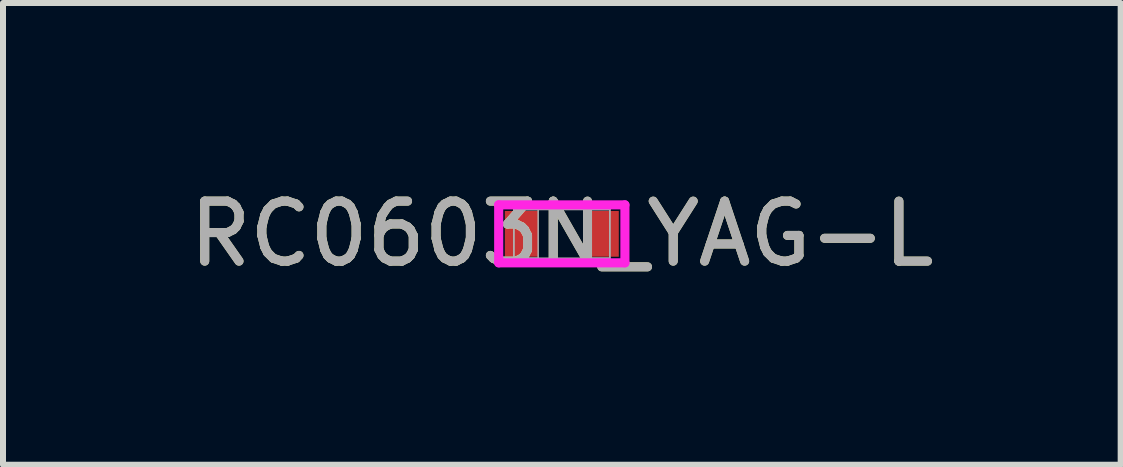
<source format=kicad_pcb>
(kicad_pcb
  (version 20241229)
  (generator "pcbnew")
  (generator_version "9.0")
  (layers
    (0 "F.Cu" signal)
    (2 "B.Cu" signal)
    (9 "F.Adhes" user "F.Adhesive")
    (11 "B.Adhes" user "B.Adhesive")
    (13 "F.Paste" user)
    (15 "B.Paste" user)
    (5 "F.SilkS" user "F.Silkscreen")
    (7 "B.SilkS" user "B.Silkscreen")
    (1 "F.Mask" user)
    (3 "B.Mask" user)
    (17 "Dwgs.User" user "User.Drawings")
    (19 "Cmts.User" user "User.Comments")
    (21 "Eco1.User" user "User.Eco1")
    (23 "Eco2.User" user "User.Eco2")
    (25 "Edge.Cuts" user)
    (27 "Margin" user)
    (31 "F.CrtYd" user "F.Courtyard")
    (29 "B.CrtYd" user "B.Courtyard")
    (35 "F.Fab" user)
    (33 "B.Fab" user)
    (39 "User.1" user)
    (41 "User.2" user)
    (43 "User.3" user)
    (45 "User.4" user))
  (footprint "RC0603N_YAG-L"
    (layer "F.Cu")
    (at 6.315 0.848)
    (property "Reference" "RC0603N_YAG-L" (at 0 0 0) (unlocked yes) (layer "F.SilkS") (effects (font (size 1 1) (thickness 0.15))))
    (attr smd)
    (fp_line (start -1.052 -0.483) (end 1.052 -0.483) (stroke (width 0.152) (type solid)) (layer "F.CrtYd"))
    (fp_line (start -1.052 0.483) (end -1.052 -0.483) (stroke (width 0.152) (type solid)) (layer "F.CrtYd"))
    (fp_line (start 1.052 -0.483) (end 1.052 0.483) (stroke (width 0.152) (type solid)) (layer "F.CrtYd"))
    (fp_line (start 1.052 0.483) (end -1.052 0.483) (stroke (width 0.152) (type solid)) (layer "F.CrtYd"))
    (fp_line (start -0.8 -0.406) (end -0.8 0.406) (stroke (width 0.025) (type solid)) (layer "F.Fab"))
    (fp_line (start -0.8 -0.406) (end -0.8 0.406) (stroke (width 0.025) (type solid)) (layer "F.Fab"))
    (fp_line (start -0.8 0.406) (end -0.394 0.406) (stroke (width 0.025) (type solid)) (layer "F.Fab"))
    (fp_line (start -0.8 0.406) (end 0.8 0.406) (stroke (width 0.025) (type solid)) (layer "F.Fab"))
    (fp_line (start -0.394 -0.406) (end -0.8 -0.406) (stroke (width 0.025) (type solid)) (layer "F.Fab"))
    (fp_line (start -0.394 0.406) (end -0.394 -0.406) (stroke (width 0.025) (type solid)) (layer "F.Fab"))
    (fp_line (start 0.394 -0.406) (end 0.394 0.406) (stroke (width 0.025) (type solid)) (layer "F.Fab"))
    (fp_line (start 0.394 0.406) (end 0.8 0.406) (stroke (width 0.025) (type solid)) (layer "F.Fab"))
    (fp_line (start 0.8 -0.406) (end -0.8 -0.406) (stroke (width 0.025) (type solid)) (layer "F.Fab"))
    (fp_line (start 0.8 -0.406) (end 0.394 -0.406) (stroke (width 0.025) (type solid)) (layer "F.Fab"))
    (fp_line (start 0.8 0.406) (end 0.8 -0.406) (stroke (width 0.025) (type solid)) (layer "F.Fab"))
    (fp_line (start 0.8 0.406) (end 0.8 -0.406) (stroke (width 0.025) (type solid)) (layer "F.Fab"))
    (fp_text user "${REFERENCE}" (at 0 0 0) (unlocked yes) (layer "F.Fab") (effects (font (size 1 1) (thickness 0.15))))
    (pad "1" smd rect (at -0.672 0) (size 0.556 0.763) (layers "F.Cu" "F.Mask" "F.Paste"))
    (pad "2" smd rect (at 0.672 0) (size 0.556 0.763) (layers "F.Cu" "F.Mask" "F.Paste"))
    (zone (net_name "") (layer "F.Cu") (hatch full 0.508) (connect_pads) (min_thickness 0.254) (filled_areas_thickness no) (keepout (tracks not_allowed) (vias not_allowed) (pads allowed) (copperpour not_allowed) (footprints allowed)) (placement (enabled no)) (fill) (polygon (pts (xy 5.973 0.493) (xy 6.658 0.493) (xy 6.658 1.204) (xy 5.973 1.204)))))
  (gr_rect
    (start -3 -3)
    (end 15.631 4.697)
    (stroke (width 0.1) (type default))
    (fill no)
    (layer "Edge.Cuts")))
</source>
